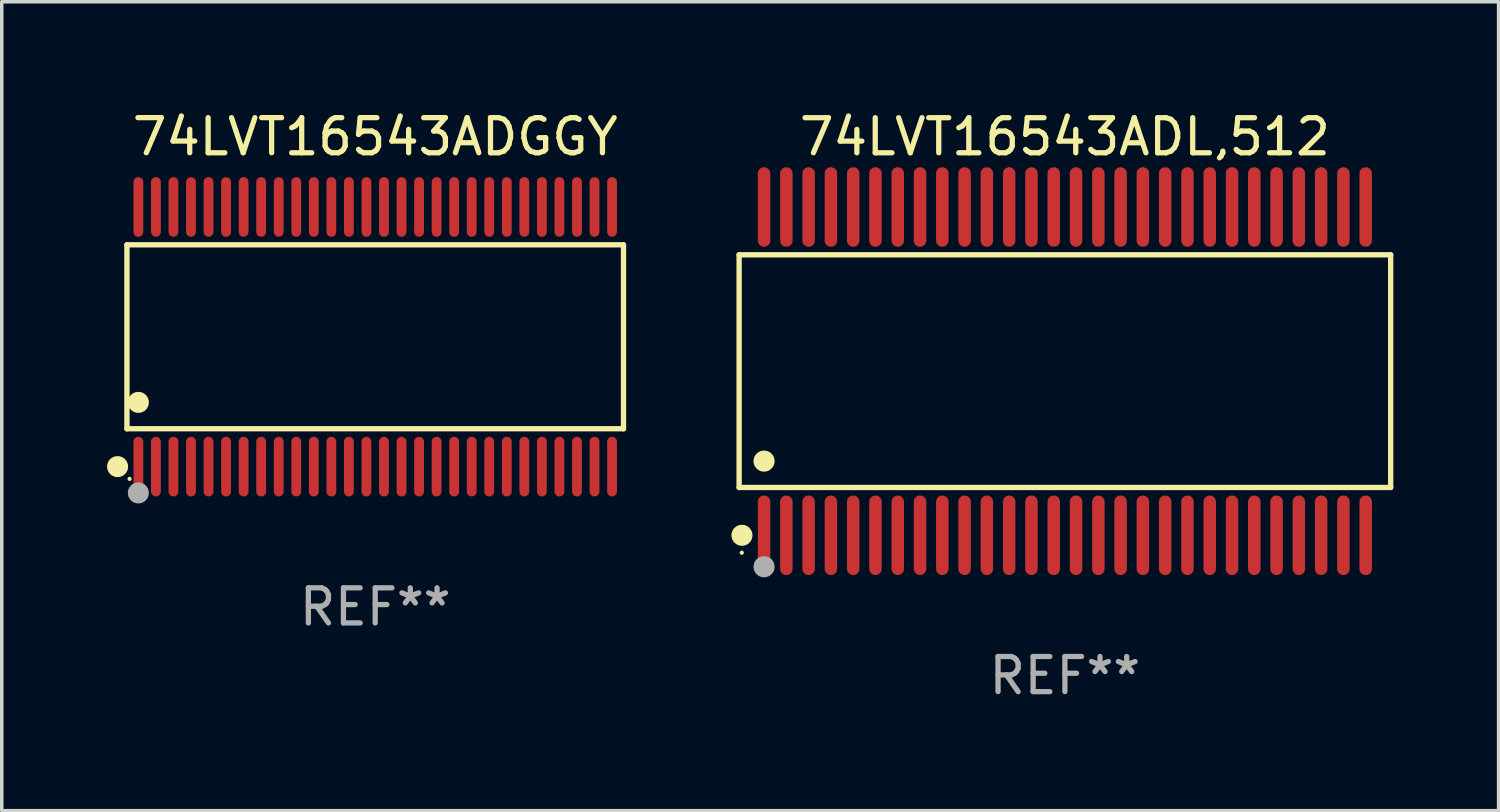
<source format=kicad_pcb>
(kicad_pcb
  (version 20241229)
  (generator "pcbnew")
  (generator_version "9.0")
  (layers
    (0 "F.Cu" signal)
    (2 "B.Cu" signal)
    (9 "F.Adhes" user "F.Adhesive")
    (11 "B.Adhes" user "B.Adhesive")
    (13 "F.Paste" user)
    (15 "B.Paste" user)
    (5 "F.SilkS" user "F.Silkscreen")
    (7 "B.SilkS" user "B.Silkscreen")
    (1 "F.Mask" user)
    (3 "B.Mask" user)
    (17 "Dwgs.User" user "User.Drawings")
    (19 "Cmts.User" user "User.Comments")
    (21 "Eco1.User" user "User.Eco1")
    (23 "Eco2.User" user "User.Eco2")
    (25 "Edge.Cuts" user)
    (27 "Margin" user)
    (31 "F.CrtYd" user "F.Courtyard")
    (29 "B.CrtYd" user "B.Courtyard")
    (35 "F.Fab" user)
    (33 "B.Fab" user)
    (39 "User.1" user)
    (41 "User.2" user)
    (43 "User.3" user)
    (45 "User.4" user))
  (footprint "74LVT16543ADGGY"
    (layer "F.Cu")
    (at 7.643 6.548)
    (property "Reference" "74LVT16543ADGGY" (at 0 -5.7 0) (layer "F.SilkS") (effects (font (size 1 1) (thickness 0.15))))
    (attr through_hole)
    (fp_line (start -7.076 -2.621) (end 7.076 -2.621) (stroke (width 0.152) (type solid)) (layer "F.SilkS"))
    (fp_line (start -7.076 2.621) (end -7.076 -2.621) (stroke (width 0.152) (type solid)) (layer "F.SilkS"))
    (fp_line (start 7.076 -2.621) (end 7.076 2.621) (stroke (width 0.152) (type solid)) (layer "F.SilkS"))
    (fp_line (start 7.076 2.621) (end -7.076 2.621) (stroke (width 0.152) (type solid)) (layer "F.SilkS"))
    (fp_circle (center -7.342 3.7) (end -7.192 3.7) (stroke (width 0.3) (type solid)) (fill no) (layer "F.SilkS"))
    (fp_circle (center -7 4.05) (end -6.97 4.05) (stroke (width 0.06) (type solid)) (fill no) (layer "F.SilkS"))
    (fp_circle (center -6.75 1.869) (end -6.6 1.869) (stroke (width 0.3) (type solid)) (fill no) (layer "F.SilkS"))
    (fp_circle (center -6.75 4.45) (end -6.6 4.45) (stroke (width 0.3) (type solid)) (fill no) (layer "F.Fab"))
    (fp_text user "REF**" (at 0 7.7 0) (layer "F.Fab") (effects (font (size 1 1) (thickness 0.15))))
    (pad "1" smd oval (at -6.75 3.7) (size 0.28 1.7) (layers "F.Cu" "F.Mask" "F.Paste"))
    (pad "2" smd oval (at -6.25 3.7) (size 0.28 1.7) (layers "F.Cu" "F.Mask" "F.Paste"))
    (pad "3" smd oval (at -5.75 3.7) (size 0.28 1.7) (layers "F.Cu" "F.Mask" "F.Paste"))
    (pad "4" smd oval (at -5.25 3.7) (size 0.28 1.7) (layers "F.Cu" "F.Mask" "F.Paste"))
    (pad "5" smd oval (at -4.75 3.7) (size 0.28 1.7) (layers "F.Cu" "F.Mask" "F.Paste"))
    (pad "6" smd oval (at -4.25 3.7) (size 0.28 1.7) (layers "F.Cu" "F.Mask" "F.Paste"))
    (pad "7" smd oval (at -3.75 3.7) (size 0.28 1.7) (layers "F.Cu" "F.Mask" "F.Paste"))
    (pad "8" smd oval (at -3.25 3.7) (size 0.28 1.7) (layers "F.Cu" "F.Mask" "F.Paste"))
    (pad "9" smd oval (at -2.75 3.7) (size 0.28 1.7) (layers "F.Cu" "F.Mask" "F.Paste"))
    (pad "10" smd oval (at -2.25 3.7) (size 0.28 1.7) (layers "F.Cu" "F.Mask" "F.Paste"))
    (pad "11" smd oval (at -1.75 3.7) (size 0.28 1.7) (layers "F.Cu" "F.Mask" "F.Paste"))
    (pad "12" smd oval (at -1.25 3.7) (size 0.28 1.7) (layers "F.Cu" "F.Mask" "F.Paste"))
    (pad "13" smd oval (at -0.75 3.7) (size 0.28 1.7) (layers "F.Cu" "F.Mask" "F.Paste"))
    (pad "14" smd oval (at -0.25 3.7) (size 0.28 1.7) (layers "F.Cu" "F.Mask" "F.Paste"))
    (pad "15" smd oval (at 0.25 3.7) (size 0.28 1.7) (layers "F.Cu" "F.Mask" "F.Paste"))
    (pad "16" smd oval (at 0.75 3.7) (size 0.28 1.7) (layers "F.Cu" "F.Mask" "F.Paste"))
    (pad "17" smd oval (at 1.25 3.7) (size 0.28 1.7) (layers "F.Cu" "F.Mask" "F.Paste"))
    (pad "18" smd oval (at 1.75 3.7) (size 0.28 1.7) (layers "F.Cu" "F.Mask" "F.Paste"))
    (pad "19" smd oval (at 2.25 3.7) (size 0.28 1.7) (layers "F.Cu" "F.Mask" "F.Paste"))
    (pad "20" smd oval (at 2.75 3.7) (size 0.28 1.7) (layers "F.Cu" "F.Mask" "F.Paste"))
    (pad "21" smd oval (at 3.25 3.7) (size 0.28 1.7) (layers "F.Cu" "F.Mask" "F.Paste"))
    (pad "22" smd oval (at 3.75 3.7) (size 0.28 1.7) (layers "F.Cu" "F.Mask" "F.Paste"))
    (pad "23" smd oval (at 4.25 3.7) (size 0.28 1.7) (layers "F.Cu" "F.Mask" "F.Paste"))
    (pad "24" smd oval (at 4.75 3.7) (size 0.28 1.7) (layers "F.Cu" "F.Mask" "F.Paste"))
    (pad "25" smd oval (at 5.25 3.7) (size 0.28 1.7) (layers "F.Cu" "F.Mask" "F.Paste"))
    (pad "26" smd oval (at 5.75 3.7) (size 0.28 1.7) (layers "F.Cu" "F.Mask" "F.Paste"))
    (pad "27" smd oval (at 6.25 3.7) (size 0.28 1.7) (layers "F.Cu" "F.Mask" "F.Paste"))
    (pad "28" smd oval (at 6.75 3.7) (size 0.28 1.7) (layers "F.Cu" "F.Mask" "F.Paste"))
    (pad "29" smd oval (at 6.75 -3.7) (size 0.28 1.7) (layers "F.Cu" "F.Mask" "F.Paste"))
    (pad "30" smd oval (at 6.25 -3.7) (size 0.28 1.7) (layers "F.Cu" "F.Mask" "F.Paste"))
    (pad "31" smd oval (at 5.75 -3.7) (size 0.28 1.7) (layers "F.Cu" "F.Mask" "F.Paste"))
    (pad "32" smd oval (at 5.25 -3.7) (size 0.28 1.7) (layers "F.Cu" "F.Mask" "F.Paste"))
    (pad "33" smd oval (at 4.75 -3.7) (size 0.28 1.7) (layers "F.Cu" "F.Mask" "F.Paste"))
    (pad "34" smd oval (at 4.25 -3.7) (size 0.28 1.7) (layers "F.Cu" "F.Mask" "F.Paste"))
    (pad "35" smd oval (at 3.75 -3.7) (size 0.28 1.7) (layers "F.Cu" "F.Mask" "F.Paste"))
    (pad "36" smd oval (at 3.25 -3.7) (size 0.28 1.7) (layers "F.Cu" "F.Mask" "F.Paste"))
    (pad "37" smd oval (at 2.75 -3.7) (size 0.28 1.7) (layers "F.Cu" "F.Mask" "F.Paste"))
    (pad "38" smd oval (at 2.25 -3.7) (size 0.28 1.7) (layers "F.Cu" "F.Mask" "F.Paste"))
    (pad "39" smd oval (at 1.75 -3.7) (size 0.28 1.7) (layers "F.Cu" "F.Mask" "F.Paste"))
    (pad "40" smd oval (at 1.25 -3.7) (size 0.28 1.7) (layers "F.Cu" "F.Mask" "F.Paste"))
    (pad "41" smd oval (at 0.75 -3.7) (size 0.28 1.7) (layers "F.Cu" "F.Mask" "F.Paste"))
    (pad "42" smd oval (at 0.25 -3.7) (size 0.28 1.7) (layers "F.Cu" "F.Mask" "F.Paste"))
    (pad "43" smd oval (at -0.25 -3.7) (size 0.28 1.7) (layers "F.Cu" "F.Mask" "F.Paste"))
    (pad "44" smd oval (at -0.75 -3.7) (size 0.28 1.7) (layers "F.Cu" "F.Mask" "F.Paste"))
    (pad "45" smd oval (at -1.25 -3.7) (size 0.28 1.7) (layers "F.Cu" "F.Mask" "F.Paste"))
    (pad "46" smd oval (at -1.75 -3.7) (size 0.28 1.7) (layers "F.Cu" "F.Mask" "F.Paste"))
    (pad "47" smd oval (at -2.25 -3.7) (size 0.28 1.7) (layers "F.Cu" "F.Mask" "F.Paste"))
    (pad "48" smd oval (at -2.75 -3.7) (size 0.28 1.7) (layers "F.Cu" "F.Mask" "F.Paste"))
    (pad "49" smd oval (at -3.25 -3.7) (size 0.28 1.7) (layers "F.Cu" "F.Mask" "F.Paste"))
    (pad "50" smd oval (at -3.75 -3.7) (size 0.28 1.7) (layers "F.Cu" "F.Mask" "F.Paste"))
    (pad "51" smd oval (at -4.25 -3.7) (size 0.28 1.7) (layers "F.Cu" "F.Mask" "F.Paste"))
    (pad "52" smd oval (at -4.75 -3.7) (size 0.28 1.7) (layers "F.Cu" "F.Mask" "F.Paste"))
    (pad "53" smd oval (at -5.25 -3.7) (size 0.28 1.7) (layers "F.Cu" "F.Mask" "F.Paste"))
    (pad "54" smd oval (at -5.75 -3.7) (size 0.28 1.7) (layers "F.Cu" "F.Mask" "F.Paste"))
    (pad "55" smd oval (at -6.25 -3.7) (size 0.28 1.7) (layers "F.Cu" "F.Mask" "F.Paste"))
    (pad "56" smd oval (at -6.75 -3.7) (size 0.28 1.7) (layers "F.Cu" "F.Mask" "F.Paste")))
  (footprint "74LVT16543ADL,512"
    (layer "F.Cu")
    (at 27.298 7.527)
    (property "Reference" "74LVT16543ADL,512" (at 0 -6.678 0) (layer "F.SilkS") (effects (font (size 1 1) (thickness 0.15))))
    (attr through_hole)
    (fp_line (start -9.284 -3.316) (end 9.284 -3.316) (stroke (width 0.152) (type solid)) (layer "F.SilkS"))
    (fp_line (start -9.284 3.316) (end -9.284 -3.316) (stroke (width 0.152) (type solid)) (layer "F.SilkS"))
    (fp_line (start 9.284 -3.316) (end 9.284 3.316) (stroke (width 0.152) (type solid)) (layer "F.SilkS"))
    (fp_line (start 9.284 3.316) (end -9.284 3.316) (stroke (width 0.152) (type solid)) (layer "F.SilkS"))
    (fp_circle (center -9.208 5.175) (end -9.178 5.175) (stroke (width 0.06) (type solid)) (fill no) (layer "F.SilkS"))
    (fp_circle (center -9.203 4.678) (end -9.053 4.678) (stroke (width 0.3) (type solid)) (fill no) (layer "F.SilkS"))
    (fp_circle (center -8.573 2.564) (end -8.422 2.564) (stroke (width 0.3) (type solid)) (fill no) (layer "F.SilkS"))
    (fp_circle (center -8.573 5.575) (end -8.422 5.575) (stroke (width 0.3) (type solid)) (fill no) (layer "F.Fab"))
    (fp_text user "REF**" (at 0 8.678 0) (layer "F.Fab") (effects (font (size 1 1) (thickness 0.15))))
    (pad "1" smd oval (at -8.573 4.678) (size 0.356 2.267) (layers "F.Cu" "F.Mask" "F.Paste"))
    (pad "2" smd oval (at -7.938 4.678) (size 0.356 2.267) (layers "F.Cu" "F.Mask" "F.Paste"))
    (pad "3" smd oval (at -7.303 4.678) (size 0.356 2.267) (layers "F.Cu" "F.Mask" "F.Paste"))
    (pad "4" smd oval (at -6.668 4.678) (size 0.356 2.267) (layers "F.Cu" "F.Mask" "F.Paste"))
    (pad "5" smd oval (at -6.033 4.678) (size 0.356 2.267) (layers "F.Cu" "F.Mask" "F.Paste"))
    (pad "6" smd oval (at -5.398 4.678) (size 0.356 2.267) (layers "F.Cu" "F.Mask" "F.Paste"))
    (pad "7" smd oval (at -4.763 4.678) (size 0.356 2.267) (layers "F.Cu" "F.Mask" "F.Paste"))
    (pad "8" smd oval (at -4.128 4.678) (size 0.356 2.267) (layers "F.Cu" "F.Mask" "F.Paste"))
    (pad "9" smd oval (at -3.493 4.678) (size 0.356 2.267) (layers "F.Cu" "F.Mask" "F.Paste"))
    (pad "10" smd oval (at -2.858 4.678) (size 0.356 2.267) (layers "F.Cu" "F.Mask" "F.Paste"))
    (pad "11" smd oval (at -2.223 4.678) (size 0.356 2.267) (layers "F.Cu" "F.Mask" "F.Paste"))
    (pad "12" smd oval (at -1.588 4.678) (size 0.356 2.267) (layers "F.Cu" "F.Mask" "F.Paste"))
    (pad "13" smd oval (at -0.953 4.678) (size 0.356 2.267) (layers "F.Cu" "F.Mask" "F.Paste"))
    (pad "14" smd oval (at -0.318 4.678) (size 0.356 2.267) (layers "F.Cu" "F.Mask" "F.Paste"))
    (pad "15" smd oval (at 0.318 4.678) (size 0.356 2.267) (layers "F.Cu" "F.Mask" "F.Paste"))
    (pad "16" smd oval (at 0.953 4.678) (size 0.356 2.267) (layers "F.Cu" "F.Mask" "F.Paste"))
    (pad "17" smd oval (at 1.588 4.678) (size 0.356 2.267) (layers "F.Cu" "F.Mask" "F.Paste"))
    (pad "18" smd oval (at 2.223 4.678) (size 0.356 2.267) (layers "F.Cu" "F.Mask" "F.Paste"))
    (pad "19" smd oval (at 2.858 4.678) (size 0.356 2.267) (layers "F.Cu" "F.Mask" "F.Paste"))
    (pad "20" smd oval (at 3.493 4.678) (size 0.356 2.267) (layers "F.Cu" "F.Mask" "F.Paste"))
    (pad "21" smd oval (at 4.128 4.678) (size 0.356 2.267) (layers "F.Cu" "F.Mask" "F.Paste"))
    (pad "22" smd oval (at 4.763 4.678) (size 0.356 2.267) (layers "F.Cu" "F.Mask" "F.Paste"))
    (pad "23" smd oval (at 5.398 4.678) (size 0.356 2.267) (layers "F.Cu" "F.Mask" "F.Paste"))
    (pad "24" smd oval (at 6.033 4.678) (size 0.356 2.267) (layers "F.Cu" "F.Mask" "F.Paste"))
    (pad "25" smd oval (at 6.668 4.678) (size 0.356 2.267) (layers "F.Cu" "F.Mask" "F.Paste"))
    (pad "26" smd oval (at 7.303 4.678) (size 0.356 2.267) (layers "F.Cu" "F.Mask" "F.Paste"))
    (pad "27" smd oval (at 7.938 4.678) (size 0.356 2.267) (layers "F.Cu" "F.Mask" "F.Paste"))
    (pad "28" smd oval (at 8.573 4.678) (size 0.356 2.267) (layers "F.Cu" "F.Mask" "F.Paste"))
    (pad "29" smd oval (at 8.573 -4.678) (size 0.356 2.267) (layers "F.Cu" "F.Mask" "F.Paste"))
    (pad "30" smd oval (at 7.938 -4.678) (size 0.356 2.267) (layers "F.Cu" "F.Mask" "F.Paste"))
    (pad "31" smd oval (at 7.303 -4.678) (size 0.356 2.267) (layers "F.Cu" "F.Mask" "F.Paste"))
    (pad "32" smd oval (at 6.668 -4.678) (size 0.356 2.267) (layers "F.Cu" "F.Mask" "F.Paste"))
    (pad "33" smd oval (at 6.033 -4.678) (size 0.356 2.267) (layers "F.Cu" "F.Mask" "F.Paste"))
    (pad "34" smd oval (at 5.398 -4.678) (size 0.356 2.267) (layers "F.Cu" "F.Mask" "F.Paste"))
    (pad "35" smd oval (at 4.763 -4.678) (size 0.356 2.267) (layers "F.Cu" "F.Mask" "F.Paste"))
    (pad "36" smd oval (at 4.128 -4.678) (size 0.356 2.267) (layers "F.Cu" "F.Mask" "F.Paste"))
    (pad "37" smd oval (at 3.493 -4.678) (size 0.356 2.267) (layers "F.Cu" "F.Mask" "F.Paste"))
    (pad "38" smd oval (at 2.858 -4.678) (size 0.356 2.267) (layers "F.Cu" "F.Mask" "F.Paste"))
    (pad "39" smd oval (at 2.223 -4.678) (size 0.356 2.267) (layers "F.Cu" "F.Mask" "F.Paste"))
    (pad "40" smd oval (at 1.588 -4.678) (size 0.356 2.267) (layers "F.Cu" "F.Mask" "F.Paste"))
    (pad "41" smd oval (at 0.953 -4.678) (size 0.356 2.267) (layers "F.Cu" "F.Mask" "F.Paste"))
    (pad "42" smd oval (at 0.318 -4.678) (size 0.356 2.267) (layers "F.Cu" "F.Mask" "F.Paste"))
    (pad "43" smd oval (at -0.318 -4.678) (size 0.356 2.267) (layers "F.Cu" "F.Mask" "F.Paste"))
    (pad "44" smd oval (at -0.953 -4.678) (size 0.356 2.267) (layers "F.Cu" "F.Mask" "F.Paste"))
    (pad "45" smd oval (at -1.588 -4.678) (size 0.356 2.267) (layers "F.Cu" "F.Mask" "F.Paste"))
    (pad "46" smd oval (at -2.223 -4.678) (size 0.356 2.267) (layers "F.Cu" "F.Mask" "F.Paste"))
    (pad "47" smd oval (at -2.858 -4.678) (size 0.356 2.267) (layers "F.Cu" "F.Mask" "F.Paste"))
    (pad "48" smd oval (at -3.493 -4.678) (size 0.356 2.267) (layers "F.Cu" "F.Mask" "F.Paste"))
    (pad "49" smd oval (at -4.128 -4.678) (size 0.356 2.267) (layers "F.Cu" "F.Mask" "F.Paste"))
    (pad "50" smd oval (at -4.763 -4.678) (size 0.356 2.267) (layers "F.Cu" "F.Mask" "F.Paste"))
    (pad "51" smd oval (at -5.398 -4.678) (size 0.356 2.267) (layers "F.Cu" "F.Mask" "F.Paste"))
    (pad "52" smd oval (at -6.033 -4.678) (size 0.356 2.267) (layers "F.Cu" "F.Mask" "F.Paste"))
    (pad "53" smd oval (at -6.668 -4.678) (size 0.356 2.267) (layers "F.Cu" "F.Mask" "F.Paste"))
    (pad "54" smd oval (at -7.303 -4.678) (size 0.356 2.267) (layers "F.Cu" "F.Mask" "F.Paste"))
    (pad "55" smd oval (at -7.938 -4.678) (size 0.356 2.267) (layers "F.Cu" "F.Mask" "F.Paste"))
    (pad "56" smd oval (at -8.573 -4.678) (size 0.356 2.267) (layers "F.Cu" "F.Mask" "F.Paste")))
  (gr_rect
    (start -3 -3)
    (end 39.658 20.053)
    (stroke (width 0.1) (type default))
    (fill no)
    (layer "Edge.Cuts")))
</source>
